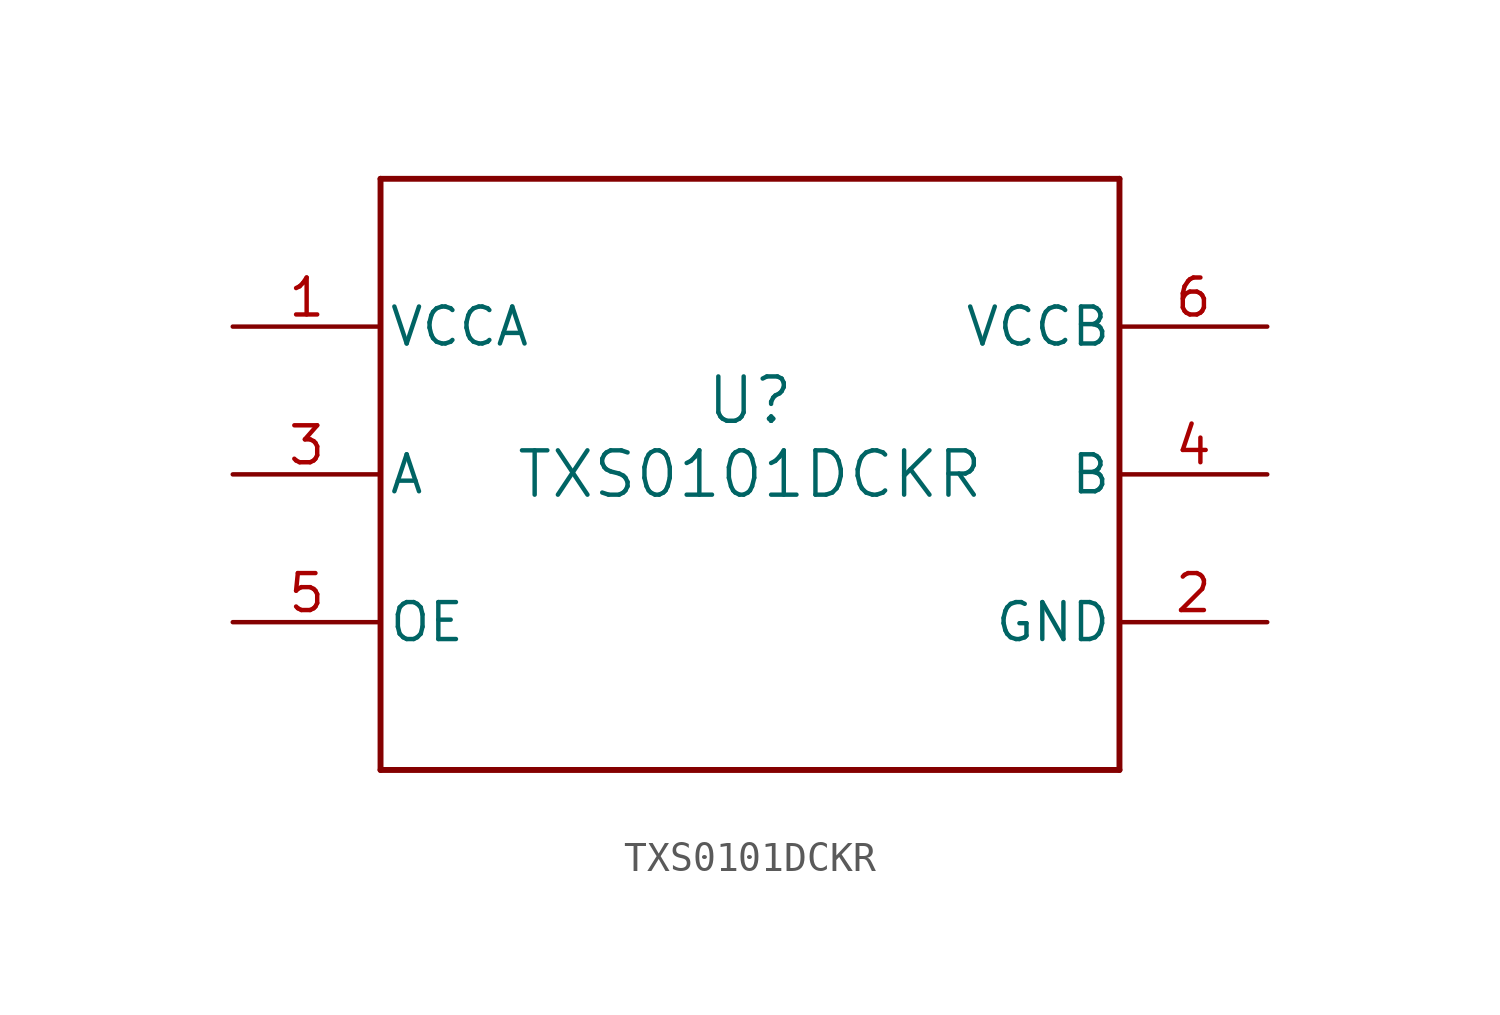
<source format=kicad_sym>
(kicad_symbol_lib
  (version 20211014)
  (generator kicad_symbol_editor)
  (symbol "TXS0101DCKR"
    (pin_names
      (offset 0.254))
    (property "Reference" "U"
      (at 0 2.54 0)
      (effects (font (size 1.524 1.524))))
    (property "Value" "TXS0101DCKR"
      (at 0 0 0)
      (effects (font (size 1.524 1.524))))
    (symbol "TXS0101DCKR_0_1"
      (polyline (pts (xy -12.7 -10.16) (xy 12.7 -10.16)) (stroke (width 0.203) (type default) (color 0 0 0 0)) (fill (type none)))
      (polyline (pts (xy 12.7 -10.16) (xy 12.7 10.16)) (stroke (width 0.203) (type default) (color 0 0 0 0)) (fill (type none)))
      (polyline (pts (xy 12.7 10.16) (xy -12.7 10.16)) (stroke (width 0.203) (type default) (color 0 0 0 0)) (fill (type none)))
      (polyline (pts (xy -12.7 10.16) (xy -12.7 -10.16)) (stroke (width 0.203) (type default) (color 0 0 0 0)) (fill (type none)))
      (pin power_in line (at -17.78 5.08 0) (length 5.08) (name "VCCA" (effects (font (size 1.27 1.27)))) (number "1" (effects (font (size 1.27 1.27)))))
      (pin power_in line (at 17.78 -5.08 180) (length 5.08) (name "GND" (effects (font (size 1.27 1.27)))) (number "2" (effects (font (size 1.27 1.27)))))
      (pin bidirectional line (at -17.78 0 0) (length 5.08) (name "A" (effects (font (size 1.27 1.27)))) (number "3" (effects (font (size 1.27 1.27)))))
      (pin bidirectional line (at 17.78 0 180) (length 5.08) (name "B" (effects (font (size 1.27 1.27)))) (number "4" (effects (font (size 1.27 1.27)))))
      (pin input line (at -17.78 -5.08 0) (length 5.08) (name "OE" (effects (font (size 1.27 1.27)))) (number "5" (effects (font (size 1.27 1.27)))))
      (pin power_in line (at 17.78 5.08 180) (length 5.08) (name "VCCB" (effects (font (size 1.27 1.27)))) (number "6" (effects (font (size 1.27 1.27))))))))
</source>
